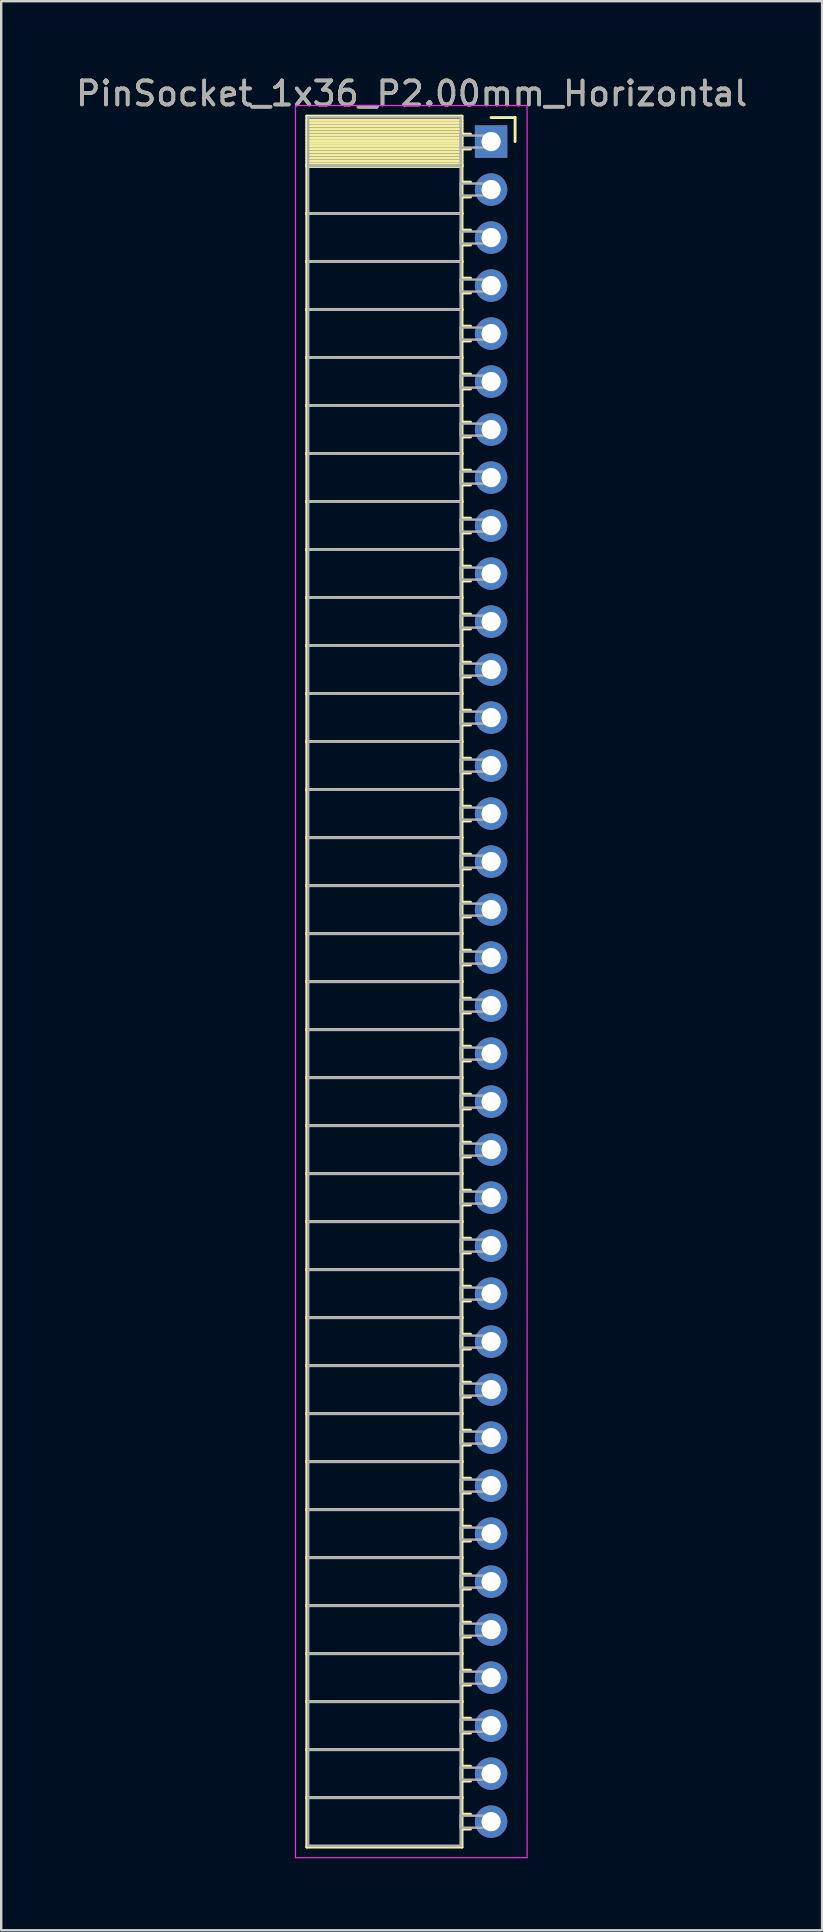
<source format=kicad_pcb>
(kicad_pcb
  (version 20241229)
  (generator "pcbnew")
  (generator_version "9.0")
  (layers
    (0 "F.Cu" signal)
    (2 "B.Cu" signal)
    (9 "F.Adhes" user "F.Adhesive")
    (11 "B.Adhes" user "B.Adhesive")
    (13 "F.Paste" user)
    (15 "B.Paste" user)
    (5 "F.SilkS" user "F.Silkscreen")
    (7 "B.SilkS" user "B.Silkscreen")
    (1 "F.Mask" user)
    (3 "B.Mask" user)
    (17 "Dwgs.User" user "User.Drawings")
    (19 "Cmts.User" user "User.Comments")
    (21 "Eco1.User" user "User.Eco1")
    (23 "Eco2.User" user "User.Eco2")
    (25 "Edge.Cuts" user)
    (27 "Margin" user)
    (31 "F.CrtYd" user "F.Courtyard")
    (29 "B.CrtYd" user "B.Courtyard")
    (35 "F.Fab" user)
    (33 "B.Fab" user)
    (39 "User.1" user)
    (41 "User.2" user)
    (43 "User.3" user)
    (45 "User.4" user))
  (footprint "PinSocket_1x36_P2.00mm_Horizontal"
    (layer "F.Cu")
    (at 17.411 2.848)
    (property "Reference" "PinSocket_1x36_P2.00mm_Horizontal" (at -3.31 -2 0) (layer "F.SilkS") (effects (font (size 1 1) (thickness 0.15))))
    (attr through_hole)
    (fp_line (start -7.68 -1.06) (end -1.21 -1.06) (stroke (width 0.12) (type solid)) (layer "F.SilkS"))
    (fp_line (start -7.68 1) (end -7.68 -1.06) (stroke (width 0.12) (type solid)) (layer "F.SilkS"))
    (fp_line (start -7.68 1) (end -1.21 1) (stroke (width 0.12) (type solid)) (layer "F.SilkS"))
    (fp_line (start -7.68 3) (end -7.68 1) (stroke (width 0.12) (type solid)) (layer "F.SilkS"))
    (fp_line (start -7.68 3) (end -1.21 3) (stroke (width 0.12) (type solid)) (layer "F.SilkS"))
    (fp_line (start -7.68 5) (end -7.68 3) (stroke (width 0.12) (type solid)) (layer "F.SilkS"))
    (fp_line (start -7.68 5) (end -1.21 5) (stroke (width 0.12) (type solid)) (layer "F.SilkS"))
    (fp_line (start -7.68 7) (end -7.68 5) (stroke (width 0.12) (type solid)) (layer "F.SilkS"))
    (fp_line (start -7.68 7) (end -1.21 7) (stroke (width 0.12) (type solid)) (layer "F.SilkS"))
    (fp_line (start -7.68 9) (end -7.68 7) (stroke (width 0.12) (type solid)) (layer "F.SilkS"))
    (fp_line (start -7.68 9) (end -1.21 9) (stroke (width 0.12) (type solid)) (layer "F.SilkS"))
    (fp_line (start -7.68 11) (end -7.68 9) (stroke (width 0.12) (type solid)) (layer "F.SilkS"))
    (fp_line (start -7.68 11) (end -1.21 11) (stroke (width 0.12) (type solid)) (layer "F.SilkS"))
    (fp_line (start -7.68 13) (end -7.68 11) (stroke (width 0.12) (type solid)) (layer "F.SilkS"))
    (fp_line (start -7.68 13) (end -1.21 13) (stroke (width 0.12) (type solid)) (layer "F.SilkS"))
    (fp_line (start -7.68 15) (end -7.68 13) (stroke (width 0.12) (type solid)) (layer "F.SilkS"))
    (fp_line (start -7.68 15) (end -1.21 15) (stroke (width 0.12) (type solid)) (layer "F.SilkS"))
    (fp_line (start -7.68 17) (end -7.68 15) (stroke (width 0.12) (type solid)) (layer "F.SilkS"))
    (fp_line (start -7.68 17) (end -1.21 17) (stroke (width 0.12) (type solid)) (layer "F.SilkS"))
    (fp_line (start -7.68 19) (end -7.68 17) (stroke (width 0.12) (type solid)) (layer "F.SilkS"))
    (fp_line (start -7.68 19) (end -1.21 19) (stroke (width 0.12) (type solid)) (layer "F.SilkS"))
    (fp_line (start -7.68 21) (end -7.68 19) (stroke (width 0.12) (type solid)) (layer "F.SilkS"))
    (fp_line (start -7.68 21) (end -1.21 21) (stroke (width 0.12) (type solid)) (layer "F.SilkS"))
    (fp_line (start -7.68 23) (end -7.68 21) (stroke (width 0.12) (type solid)) (layer "F.SilkS"))
    (fp_line (start -7.68 23) (end -1.21 23) (stroke (width 0.12) (type solid)) (layer "F.SilkS"))
    (fp_line (start -7.68 25) (end -7.68 23) (stroke (width 0.12) (type solid)) (layer "F.SilkS"))
    (fp_line (start -7.68 25) (end -1.21 25) (stroke (width 0.12) (type solid)) (layer "F.SilkS"))
    (fp_line (start -7.68 27) (end -7.68 25) (stroke (width 0.12) (type solid)) (layer "F.SilkS"))
    (fp_line (start -7.68 27) (end -1.21 27) (stroke (width 0.12) (type solid)) (layer "F.SilkS"))
    (fp_line (start -7.68 29) (end -7.68 27) (stroke (width 0.12) (type solid)) (layer "F.SilkS"))
    (fp_line (start -7.68 29) (end -1.21 29) (stroke (width 0.12) (type solid)) (layer "F.SilkS"))
    (fp_line (start -7.68 31) (end -7.68 29) (stroke (width 0.12) (type solid)) (layer "F.SilkS"))
    (fp_line (start -7.68 31) (end -1.21 31) (stroke (width 0.12) (type solid)) (layer "F.SilkS"))
    (fp_line (start -7.68 33) (end -7.68 31) (stroke (width 0.12) (type solid)) (layer "F.SilkS"))
    (fp_line (start -7.68 33) (end -1.21 33) (stroke (width 0.12) (type solid)) (layer "F.SilkS"))
    (fp_line (start -7.68 35) (end -7.68 33) (stroke (width 0.12) (type solid)) (layer "F.SilkS"))
    (fp_line (start -7.68 35) (end -1.21 35) (stroke (width 0.12) (type solid)) (layer "F.SilkS"))
    (fp_line (start -7.68 37) (end -7.68 35) (stroke (width 0.12) (type solid)) (layer "F.SilkS"))
    (fp_line (start -7.68 37) (end -1.21 37) (stroke (width 0.12) (type solid)) (layer "F.SilkS"))
    (fp_line (start -7.68 39) (end -7.68 37) (stroke (width 0.12) (type solid)) (layer "F.SilkS"))
    (fp_line (start -7.68 39) (end -1.21 39) (stroke (width 0.12) (type solid)) (layer "F.SilkS"))
    (fp_line (start -7.68 41) (end -7.68 39) (stroke (width 0.12) (type solid)) (layer "F.SilkS"))
    (fp_line (start -7.68 41) (end -1.21 41) (stroke (width 0.12) (type solid)) (layer "F.SilkS"))
    (fp_line (start -7.68 43) (end -7.68 41) (stroke (width 0.12) (type solid)) (layer "F.SilkS"))
    (fp_line (start -7.68 43) (end -1.21 43) (stroke (width 0.12) (type solid)) (layer "F.SilkS"))
    (fp_line (start -7.68 45) (end -7.68 43) (stroke (width 0.12) (type solid)) (layer "F.SilkS"))
    (fp_line (start -7.68 45) (end -1.21 45) (stroke (width 0.12) (type solid)) (layer "F.SilkS"))
    (fp_line (start -7.68 47) (end -7.68 45) (stroke (width 0.12) (type solid)) (layer "F.SilkS"))
    (fp_line (start -7.68 47) (end -1.21 47) (stroke (width 0.12) (type solid)) (layer "F.SilkS"))
    (fp_line (start -7.68 49) (end -7.68 47) (stroke (width 0.12) (type solid)) (layer "F.SilkS"))
    (fp_line (start -7.68 49) (end -1.21 49) (stroke (width 0.12) (type solid)) (layer "F.SilkS"))
    (fp_line (start -7.68 51) (end -7.68 49) (stroke (width 0.12) (type solid)) (layer "F.SilkS"))
    (fp_line (start -7.68 51) (end -1.21 51) (stroke (width 0.12) (type solid)) (layer "F.SilkS"))
    (fp_line (start -7.68 53) (end -7.68 51) (stroke (width 0.12) (type solid)) (layer "F.SilkS"))
    (fp_line (start -7.68 53) (end -1.21 53) (stroke (width 0.12) (type solid)) (layer "F.SilkS"))
    (fp_line (start -7.68 55) (end -7.68 53) (stroke (width 0.12) (type solid)) (layer "F.SilkS"))
    (fp_line (start -7.68 55) (end -1.21 55) (stroke (width 0.12) (type solid)) (layer "F.SilkS"))
    (fp_line (start -7.68 57) (end -7.68 55) (stroke (width 0.12) (type solid)) (layer "F.SilkS"))
    (fp_line (start -7.68 57) (end -1.21 57) (stroke (width 0.12) (type solid)) (layer "F.SilkS"))
    (fp_line (start -7.68 59) (end -7.68 57) (stroke (width 0.12) (type solid)) (layer "F.SilkS"))
    (fp_line (start -7.68 59) (end -1.21 59) (stroke (width 0.12) (type solid)) (layer "F.SilkS"))
    (fp_line (start -7.68 61) (end -7.68 59) (stroke (width 0.12) (type solid)) (layer "F.SilkS"))
    (fp_line (start -7.68 61) (end -1.21 61) (stroke (width 0.12) (type solid)) (layer "F.SilkS"))
    (fp_line (start -7.68 63) (end -7.68 61) (stroke (width 0.12) (type solid)) (layer "F.SilkS"))
    (fp_line (start -7.68 63) (end -1.21 63) (stroke (width 0.12) (type solid)) (layer "F.SilkS"))
    (fp_line (start -7.68 65) (end -7.68 63) (stroke (width 0.12) (type solid)) (layer "F.SilkS"))
    (fp_line (start -7.68 65) (end -1.21 65) (stroke (width 0.12) (type solid)) (layer "F.SilkS"))
    (fp_line (start -7.68 67) (end -7.68 65) (stroke (width 0.12) (type solid)) (layer "F.SilkS"))
    (fp_line (start -7.68 67) (end -1.21 67) (stroke (width 0.12) (type solid)) (layer "F.SilkS"))
    (fp_line (start -7.68 69) (end -7.68 67) (stroke (width 0.12) (type solid)) (layer "F.SilkS"))
    (fp_line (start -7.68 69) (end -1.21 69) (stroke (width 0.12) (type solid)) (layer "F.SilkS"))
    (fp_line (start -7.68 71.06) (end -7.68 69) (stroke (width 0.12) (type solid)) (layer "F.SilkS"))
    (fp_line (start -1.21 -1.06) (end -1.21 1) (stroke (width 0.12) (type solid)) (layer "F.SilkS"))
    (fp_line (start -1.21 -0.88) (end -7.68 -0.88) (stroke (width 0.12) (type solid)) (layer "F.SilkS"))
    (fp_line (start -1.21 -0.76) (end -7.68 -0.76) (stroke (width 0.12) (type solid)) (layer "F.SilkS"))
    (fp_line (start -1.21 -0.64) (end -7.68 -0.64) (stroke (width 0.12) (type solid)) (layer "F.SilkS"))
    (fp_line (start -1.21 -0.52) (end -7.68 -0.52) (stroke (width 0.12) (type solid)) (layer "F.SilkS"))
    (fp_line (start -1.21 -0.4) (end -7.68 -0.4) (stroke (width 0.12) (type solid)) (layer "F.SilkS"))
    (fp_line (start -1.21 -0.28) (end -7.68 -0.28) (stroke (width 0.12) (type solid)) (layer "F.SilkS"))
    (fp_line (start -1.21 -0.16) (end -7.68 -0.16) (stroke (width 0.12) (type solid)) (layer "F.SilkS"))
    (fp_line (start -1.21 -0.04) (end -7.68 -0.04) (stroke (width 0.12) (type solid)) (layer "F.SilkS"))
    (fp_line (start -1.21 0.08) (end -7.68 0.08) (stroke (width 0.12) (type solid)) (layer "F.SilkS"))
    (fp_line (start -1.21 0.2) (end -7.68 0.2) (stroke (width 0.12) (type solid)) (layer "F.SilkS"))
    (fp_line (start -1.21 0.32) (end -7.68 0.32) (stroke (width 0.12) (type solid)) (layer "F.SilkS"))
    (fp_line (start -1.21 0.44) (end -7.68 0.44) (stroke (width 0.12) (type solid)) (layer "F.SilkS"))
    (fp_line (start -1.21 0.56) (end -7.68 0.56) (stroke (width 0.12) (type solid)) (layer "F.SilkS"))
    (fp_line (start -1.21 0.68) (end -7.68 0.68) (stroke (width 0.12) (type solid)) (layer "F.SilkS"))
    (fp_line (start -1.21 0.8) (end -7.68 0.8) (stroke (width 0.12) (type solid)) (layer "F.SilkS"))
    (fp_line (start -1.21 0.92) (end -7.68 0.92) (stroke (width 0.12) (type solid)) (layer "F.SilkS"))
    (fp_line (start -1.21 1) (end -7.68 1) (stroke (width 0.12) (type solid)) (layer "F.SilkS"))
    (fp_line (start -1.21 1) (end -1.21 3) (stroke (width 0.12) (type solid)) (layer "F.SilkS"))
    (fp_line (start -1.21 1.04) (end -7.68 1.04) (stroke (width 0.12) (type solid)) (layer "F.SilkS"))
    (fp_line (start -1.21 3) (end -7.68 3) (stroke (width 0.12) (type solid)) (layer "F.SilkS"))
    (fp_line (start -1.21 3) (end -1.21 5) (stroke (width 0.12) (type solid)) (layer "F.SilkS"))
    (fp_line (start -1.21 5) (end -7.68 5) (stroke (width 0.12) (type solid)) (layer "F.SilkS"))
    (fp_line (start -1.21 5) (end -1.21 7) (stroke (width 0.12) (type solid)) (layer "F.SilkS"))
    (fp_line (start -1.21 7) (end -7.68 7) (stroke (width 0.12) (type solid)) (layer "F.SilkS"))
    (fp_line (start -1.21 7) (end -1.21 9) (stroke (width 0.12) (type solid)) (layer "F.SilkS"))
    (fp_line (start -1.21 9) (end -7.68 9) (stroke (width 0.12) (type solid)) (layer "F.SilkS"))
    (fp_line (start -1.21 9) (end -1.21 11) (stroke (width 0.12) (type solid)) (layer "F.SilkS"))
    (fp_line (start -1.21 11) (end -7.68 11) (stroke (width 0.12) (type solid)) (layer "F.SilkS"))
    (fp_line (start -1.21 11) (end -1.21 13) (stroke (width 0.12) (type solid)) (layer "F.SilkS"))
    (fp_line (start -1.21 13) (end -7.68 13) (stroke (width 0.12) (type solid)) (layer "F.SilkS"))
    (fp_line (start -1.21 13) (end -1.21 15) (stroke (width 0.12) (type solid)) (layer "F.SilkS"))
    (fp_line (start -1.21 15) (end -7.68 15) (stroke (width 0.12) (type solid)) (layer "F.SilkS"))
    (fp_line (start -1.21 15) (end -1.21 17) (stroke (width 0.12) (type solid)) (layer "F.SilkS"))
    (fp_line (start -1.21 17) (end -7.68 17) (stroke (width 0.12) (type solid)) (layer "F.SilkS"))
    (fp_line (start -1.21 17) (end -1.21 19) (stroke (width 0.12) (type solid)) (layer "F.SilkS"))
    (fp_line (start -1.21 19) (end -7.68 19) (stroke (width 0.12) (type solid)) (layer "F.SilkS"))
    (fp_line (start -1.21 19) (end -1.21 21) (stroke (width 0.12) (type solid)) (layer "F.SilkS"))
    (fp_line (start -1.21 21) (end -7.68 21) (stroke (width 0.12) (type solid)) (layer "F.SilkS"))
    (fp_line (start -1.21 21) (end -1.21 23) (stroke (width 0.12) (type solid)) (layer "F.SilkS"))
    (fp_line (start -1.21 23) (end -7.68 23) (stroke (width 0.12) (type solid)) (layer "F.SilkS"))
    (fp_line (start -1.21 23) (end -1.21 25) (stroke (width 0.12) (type solid)) (layer "F.SilkS"))
    (fp_line (start -1.21 25) (end -7.68 25) (stroke (width 0.12) (type solid)) (layer "F.SilkS"))
    (fp_line (start -1.21 25) (end -1.21 27) (stroke (width 0.12) (type solid)) (layer "F.SilkS"))
    (fp_line (start -1.21 27) (end -7.68 27) (stroke (width 0.12) (type solid)) (layer "F.SilkS"))
    (fp_line (start -1.21 27) (end -1.21 29) (stroke (width 0.12) (type solid)) (layer "F.SilkS"))
    (fp_line (start -1.21 29) (end -7.68 29) (stroke (width 0.12) (type solid)) (layer "F.SilkS"))
    (fp_line (start -1.21 29) (end -1.21 31) (stroke (width 0.12) (type solid)) (layer "F.SilkS"))
    (fp_line (start -1.21 31) (end -7.68 31) (stroke (width 0.12) (type solid)) (layer "F.SilkS"))
    (fp_line (start -1.21 31) (end -1.21 33) (stroke (width 0.12) (type solid)) (layer "F.SilkS"))
    (fp_line (start -1.21 33) (end -7.68 33) (stroke (width 0.12) (type solid)) (layer "F.SilkS"))
    (fp_line (start -1.21 33) (end -1.21 35) (stroke (width 0.12) (type solid)) (layer "F.SilkS"))
    (fp_line (start -1.21 35) (end -7.68 35) (stroke (width 0.12) (type solid)) (layer "F.SilkS"))
    (fp_line (start -1.21 35) (end -1.21 37) (stroke (width 0.12) (type solid)) (layer "F.SilkS"))
    (fp_line (start -1.21 37) (end -7.68 37) (stroke (width 0.12) (type solid)) (layer "F.SilkS"))
    (fp_line (start -1.21 37) (end -1.21 39) (stroke (width 0.12) (type solid)) (layer "F.SilkS"))
    (fp_line (start -1.21 39) (end -7.68 39) (stroke (width 0.12) (type solid)) (layer "F.SilkS"))
    (fp_line (start -1.21 39) (end -1.21 41) (stroke (width 0.12) (type solid)) (layer "F.SilkS"))
    (fp_line (start -1.21 41) (end -7.68 41) (stroke (width 0.12) (type solid)) (layer "F.SilkS"))
    (fp_line (start -1.21 41) (end -1.21 43) (stroke (width 0.12) (type solid)) (layer "F.SilkS"))
    (fp_line (start -1.21 43) (end -7.68 43) (stroke (width 0.12) (type solid)) (layer "F.SilkS"))
    (fp_line (start -1.21 43) (end -1.21 45) (stroke (width 0.12) (type solid)) (layer "F.SilkS"))
    (fp_line (start -1.21 45) (end -7.68 45) (stroke (width 0.12) (type solid)) (layer "F.SilkS"))
    (fp_line (start -1.21 45) (end -1.21 47) (stroke (width 0.12) (type solid)) (layer "F.SilkS"))
    (fp_line (start -1.21 47) (end -7.68 47) (stroke (width 0.12) (type solid)) (layer "F.SilkS"))
    (fp_line (start -1.21 47) (end -1.21 49) (stroke (width 0.12) (type solid)) (layer "F.SilkS"))
    (fp_line (start -1.21 49) (end -7.68 49) (stroke (width 0.12) (type solid)) (layer "F.SilkS"))
    (fp_line (start -1.21 49) (end -1.21 51) (stroke (width 0.12) (type solid)) (layer "F.SilkS"))
    (fp_line (start -1.21 51) (end -7.68 51) (stroke (width 0.12) (type solid)) (layer "F.SilkS"))
    (fp_line (start -1.21 51) (end -1.21 53) (stroke (width 0.12) (type solid)) (layer "F.SilkS"))
    (fp_line (start -1.21 53) (end -7.68 53) (stroke (width 0.12) (type solid)) (layer "F.SilkS"))
    (fp_line (start -1.21 53) (end -1.21 55) (stroke (width 0.12) (type solid)) (layer "F.SilkS"))
    (fp_line (start -1.21 55) (end -7.68 55) (stroke (width 0.12) (type solid)) (layer "F.SilkS"))
    (fp_line (start -1.21 55) (end -1.21 57) (stroke (width 0.12) (type solid)) (layer "F.SilkS"))
    (fp_line (start -1.21 57) (end -7.68 57) (stroke (width 0.12) (type solid)) (layer "F.SilkS"))
    (fp_line (start -1.21 57) (end -1.21 59) (stroke (width 0.12) (type solid)) (layer "F.SilkS"))
    (fp_line (start -1.21 59) (end -7.68 59) (stroke (width 0.12) (type solid)) (layer "F.SilkS"))
    (fp_line (start -1.21 59) (end -1.21 61) (stroke (width 0.12) (type solid)) (layer "F.SilkS"))
    (fp_line (start -1.21 61) (end -7.68 61) (stroke (width 0.12) (type solid)) (layer "F.SilkS"))
    (fp_line (start -1.21 61) (end -1.21 63) (stroke (width 0.12) (type solid)) (layer "F.SilkS"))
    (fp_line (start -1.21 63) (end -7.68 63) (stroke (width 0.12) (type solid)) (layer "F.SilkS"))
    (fp_line (start -1.21 63) (end -1.21 65) (stroke (width 0.12) (type solid)) (layer "F.SilkS"))
    (fp_line (start -1.21 65) (end -7.68 65) (stroke (width 0.12) (type solid)) (layer "F.SilkS"))
    (fp_line (start -1.21 65) (end -1.21 67) (stroke (width 0.12) (type solid)) (layer "F.SilkS"))
    (fp_line (start -1.21 67) (end -7.68 67) (stroke (width 0.12) (type solid)) (layer "F.SilkS"))
    (fp_line (start -1.21 67) (end -1.21 69) (stroke (width 0.12) (type solid)) (layer "F.SilkS"))
    (fp_line (start -1.21 69) (end -7.68 69) (stroke (width 0.12) (type solid)) (layer "F.SilkS"))
    (fp_line (start -1.21 69) (end -1.21 71.06) (stroke (width 0.12) (type solid)) (layer "F.SilkS"))
    (fp_line (start -1.21 71.06) (end -7.68 71.06) (stroke (width 0.12) (type solid)) (layer "F.SilkS"))
    (fp_line (start -0.855 -0.31) (end -1.21 -0.31) (stroke (width 0.12) (type solid)) (layer "F.SilkS"))
    (fp_line (start -0.855 0.31) (end -1.21 0.31) (stroke (width 0.12) (type solid)) (layer "F.SilkS"))
    (fp_line (start -0.855 1.69) (end -1.21 1.69) (stroke (width 0.12) (type solid)) (layer "F.SilkS"))
    (fp_line (start -0.855 2.31) (end -1.21 2.31) (stroke (width 0.12) (type solid)) (layer "F.SilkS"))
    (fp_line (start -0.855 3.69) (end -1.21 3.69) (stroke (width 0.12) (type solid)) (layer "F.SilkS"))
    (fp_line (start -0.855 4.31) (end -1.21 4.31) (stroke (width 0.12) (type solid)) (layer "F.SilkS"))
    (fp_line (start -0.855 5.69) (end -1.21 5.69) (stroke (width 0.12) (type solid)) (layer "F.SilkS"))
    (fp_line (start -0.855 6.31) (end -1.21 6.31) (stroke (width 0.12) (type solid)) (layer "F.SilkS"))
    (fp_line (start -0.855 7.69) (end -1.21 7.69) (stroke (width 0.12) (type solid)) (layer "F.SilkS"))
    (fp_line (start -0.855 8.31) (end -1.21 8.31) (stroke (width 0.12) (type solid)) (layer "F.SilkS"))
    (fp_line (start -0.855 9.69) (end -1.21 9.69) (stroke (width 0.12) (type solid)) (layer "F.SilkS"))
    (fp_line (start -0.855 10.31) (end -1.21 10.31) (stroke (width 0.12) (type solid)) (layer "F.SilkS"))
    (fp_line (start -0.855 11.69) (end -1.21 11.69) (stroke (width 0.12) (type solid)) (layer "F.SilkS"))
    (fp_line (start -0.855 12.31) (end -1.21 12.31) (stroke (width 0.12) (type solid)) (layer "F.SilkS"))
    (fp_line (start -0.855 13.69) (end -1.21 13.69) (stroke (width 0.12) (type solid)) (layer "F.SilkS"))
    (fp_line (start -0.855 14.31) (end -1.21 14.31) (stroke (width 0.12) (type solid)) (layer "F.SilkS"))
    (fp_line (start -0.855 15.69) (end -1.21 15.69) (stroke (width 0.12) (type solid)) (layer "F.SilkS"))
    (fp_line (start -0.855 16.31) (end -1.21 16.31) (stroke (width 0.12) (type solid)) (layer "F.SilkS"))
    (fp_line (start -0.855 17.69) (end -1.21 17.69) (stroke (width 0.12) (type solid)) (layer "F.SilkS"))
    (fp_line (start -0.855 18.31) (end -1.21 18.31) (stroke (width 0.12) (type solid)) (layer "F.SilkS"))
    (fp_line (start -0.855 19.69) (end -1.21 19.69) (stroke (width 0.12) (type solid)) (layer "F.SilkS"))
    (fp_line (start -0.855 20.31) (end -1.21 20.31) (stroke (width 0.12) (type solid)) (layer "F.SilkS"))
    (fp_line (start -0.855 21.69) (end -1.21 21.69) (stroke (width 0.12) (type solid)) (layer "F.SilkS"))
    (fp_line (start -0.855 22.31) (end -1.21 22.31) (stroke (width 0.12) (type solid)) (layer "F.SilkS"))
    (fp_line (start -0.855 23.69) (end -1.21 23.69) (stroke (width 0.12) (type solid)) (layer "F.SilkS"))
    (fp_line (start -0.855 24.31) (end -1.21 24.31) (stroke (width 0.12) (type solid)) (layer "F.SilkS"))
    (fp_line (start -0.855 25.69) (end -1.21 25.69) (stroke (width 0.12) (type solid)) (layer "F.SilkS"))
    (fp_line (start -0.855 26.31) (end -1.21 26.31) (stroke (width 0.12) (type solid)) (layer "F.SilkS"))
    (fp_line (start -0.855 27.69) (end -1.21 27.69) (stroke (width 0.12) (type solid)) (layer "F.SilkS"))
    (fp_line (start -0.855 28.31) (end -1.21 28.31) (stroke (width 0.12) (type solid)) (layer "F.SilkS"))
    (fp_line (start -0.855 29.69) (end -1.21 29.69) (stroke (width 0.12) (type solid)) (layer "F.SilkS"))
    (fp_line (start -0.855 30.31) (end -1.21 30.31) (stroke (width 0.12) (type solid)) (layer "F.SilkS"))
    (fp_line (start -0.855 31.69) (end -1.21 31.69) (stroke (width 0.12) (type solid)) (layer "F.SilkS"))
    (fp_line (start -0.855 32.31) (end -1.21 32.31) (stroke (width 0.12) (type solid)) (layer "F.SilkS"))
    (fp_line (start -0.855 33.69) (end -1.21 33.69) (stroke (width 0.12) (type solid)) (layer "F.SilkS"))
    (fp_line (start -0.855 34.31) (end -1.21 34.31) (stroke (width 0.12) (type solid)) (layer "F.SilkS"))
    (fp_line (start -0.855 35.69) (end -1.21 35.69) (stroke (width 0.12) (type solid)) (layer "F.SilkS"))
    (fp_line (start -0.855 36.31) (end -1.21 36.31) (stroke (width 0.12) (type solid)) (layer "F.SilkS"))
    (fp_line (start -0.855 37.69) (end -1.21 37.69) (stroke (width 0.12) (type solid)) (layer "F.SilkS"))
    (fp_line (start -0.855 38.31) (end -1.21 38.31) (stroke (width 0.12) (type solid)) (layer "F.SilkS"))
    (fp_line (start -0.855 39.69) (end -1.21 39.69) (stroke (width 0.12) (type solid)) (layer "F.SilkS"))
    (fp_line (start -0.855 40.31) (end -1.21 40.31) (stroke (width 0.12) (type solid)) (layer "F.SilkS"))
    (fp_line (start -0.855 41.69) (end -1.21 41.69) (stroke (width 0.12) (type solid)) (layer "F.SilkS"))
    (fp_line (start -0.855 42.31) (end -1.21 42.31) (stroke (width 0.12) (type solid)) (layer "F.SilkS"))
    (fp_line (start -0.855 43.69) (end -1.21 43.69) (stroke (width 0.12) (type solid)) (layer "F.SilkS"))
    (fp_line (start -0.855 44.31) (end -1.21 44.31) (stroke (width 0.12) (type solid)) (layer "F.SilkS"))
    (fp_line (start -0.855 45.69) (end -1.21 45.69) (stroke (width 0.12) (type solid)) (layer "F.SilkS"))
    (fp_line (start -0.855 46.31) (end -1.21 46.31) (stroke (width 0.12) (type solid)) (layer "F.SilkS"))
    (fp_line (start -0.855 47.69) (end -1.21 47.69) (stroke (width 0.12) (type solid)) (layer "F.SilkS"))
    (fp_line (start -0.855 48.31) (end -1.21 48.31) (stroke (width 0.12) (type solid)) (layer "F.SilkS"))
    (fp_line (start -0.855 49.69) (end -1.21 49.69) (stroke (width 0.12) (type solid)) (layer "F.SilkS"))
    (fp_line (start -0.855 50.31) (end -1.21 50.31) (stroke (width 0.12) (type solid)) (layer "F.SilkS"))
    (fp_line (start -0.855 51.69) (end -1.21 51.69) (stroke (width 0.12) (type solid)) (layer "F.SilkS"))
    (fp_line (start -0.855 52.31) (end -1.21 52.31) (stroke (width 0.12) (type solid)) (layer "F.SilkS"))
    (fp_line (start -0.855 53.69) (end -1.21 53.69) (stroke (width 0.12) (type solid)) (layer "F.SilkS"))
    (fp_line (start -0.855 54.31) (end -1.21 54.31) (stroke (width 0.12) (type solid)) (layer "F.SilkS"))
    (fp_line (start -0.855 55.69) (end -1.21 55.69) (stroke (width 0.12) (type solid)) (layer "F.SilkS"))
    (fp_line (start -0.855 56.31) (end -1.21 56.31) (stroke (width 0.12) (type solid)) (layer "F.SilkS"))
    (fp_line (start -0.855 57.69) (end -1.21 57.69) (stroke (width 0.12) (type solid)) (layer "F.SilkS"))
    (fp_line (start -0.855 58.31) (end -1.21 58.31) (stroke (width 0.12) (type solid)) (layer "F.SilkS"))
    (fp_line (start -0.855 59.69) (end -1.21 59.69) (stroke (width 0.12) (type solid)) (layer "F.SilkS"))
    (fp_line (start -0.855 60.31) (end -1.21 60.31) (stroke (width 0.12) (type solid)) (layer "F.SilkS"))
    (fp_line (start -0.855 61.69) (end -1.21 61.69) (stroke (width 0.12) (type solid)) (layer "F.SilkS"))
    (fp_line (start -0.855 62.31) (end -1.21 62.31) (stroke (width 0.12) (type solid)) (layer "F.SilkS"))
    (fp_line (start -0.855 63.69) (end -1.21 63.69) (stroke (width 0.12) (type solid)) (layer "F.SilkS"))
    (fp_line (start -0.855 64.31) (end -1.21 64.31) (stroke (width 0.12) (type solid)) (layer "F.SilkS"))
    (fp_line (start -0.855 65.69) (end -1.21 65.69) (stroke (width 0.12) (type solid)) (layer "F.SilkS"))
    (fp_line (start -0.855 66.31) (end -1.21 66.31) (stroke (width 0.12) (type solid)) (layer "F.SilkS"))
    (fp_line (start -0.855 67.69) (end -1.21 67.69) (stroke (width 0.12) (type solid)) (layer "F.SilkS"))
    (fp_line (start -0.855 68.31) (end -1.21 68.31) (stroke (width 0.12) (type solid)) (layer "F.SilkS"))
    (fp_line (start -0.855 69.69) (end -1.21 69.69) (stroke (width 0.12) (type solid)) (layer "F.SilkS"))
    (fp_line (start -0.855 70.31) (end -1.21 70.31) (stroke (width 0.12) (type solid)) (layer "F.SilkS"))
    (fp_line (start 0 -1) (end 1 -1) (stroke (width 0.12) (type solid)) (layer "F.SilkS"))
    (fp_line (start 1 -1) (end 1 0) (stroke (width 0.12) (type solid)) (layer "F.SilkS"))
    (fp_line (start -8.15 -1.5) (end 1.5 -1.5) (stroke (width 0.05) (type solid)) (layer "F.CrtYd"))
    (fp_line (start -8.15 71.5) (end -8.15 -1.5) (stroke (width 0.05) (type solid)) (layer "F.CrtYd"))
    (fp_line (start 1.5 -1.5) (end 1.5 71.5) (stroke (width 0.05) (type solid)) (layer "F.CrtYd"))
    (fp_line (start 1.5 71.5) (end -8.15 71.5) (stroke (width 0.05) (type solid)) (layer "F.CrtYd"))
    (fp_line (start -7.62 -1) (end -1.27 -1) (stroke (width 0.1) (type solid)) (layer "F.Fab"))
    (fp_line (start -7.62 1) (end -7.62 -1) (stroke (width 0.1) (type solid)) (layer "F.Fab"))
    (fp_line (start -7.62 1) (end -1.27 1) (stroke (width 0.1) (type solid)) (layer "F.Fab"))
    (fp_line (start -7.62 3) (end -7.62 1) (stroke (width 0.1) (type solid)) (layer "F.Fab"))
    (fp_line (start -7.62 3) (end -1.27 3) (stroke (width 0.1) (type solid)) (layer "F.Fab"))
    (fp_line (start -7.62 5) (end -7.62 3) (stroke (width 0.1) (type solid)) (layer "F.Fab"))
    (fp_line (start -7.62 5) (end -1.27 5) (stroke (width 0.1) (type solid)) (layer "F.Fab"))
    (fp_line (start -7.62 7) (end -7.62 5) (stroke (width 0.1) (type solid)) (layer "F.Fab"))
    (fp_line (start -7.62 7) (end -1.27 7) (stroke (width 0.1) (type solid)) (layer "F.Fab"))
    (fp_line (start -7.62 9) (end -7.62 7) (stroke (width 0.1) (type solid)) (layer "F.Fab"))
    (fp_line (start -7.62 9) (end -1.27 9) (stroke (width 0.1) (type solid)) (layer "F.Fab"))
    (fp_line (start -7.62 11) (end -7.62 9) (stroke (width 0.1) (type solid)) (layer "F.Fab"))
    (fp_line (start -7.62 11) (end -1.27 11) (stroke (width 0.1) (type solid)) (layer "F.Fab"))
    (fp_line (start -7.62 13) (end -7.62 11) (stroke (width 0.1) (type solid)) (layer "F.Fab"))
    (fp_line (start -7.62 13) (end -1.27 13) (stroke (width 0.1) (type solid)) (layer "F.Fab"))
    (fp_line (start -7.62 15) (end -7.62 13) (stroke (width 0.1) (type solid)) (layer "F.Fab"))
    (fp_line (start -7.62 15) (end -1.27 15) (stroke (width 0.1) (type solid)) (layer "F.Fab"))
    (fp_line (start -7.62 17) (end -7.62 15) (stroke (width 0.1) (type solid)) (layer "F.Fab"))
    (fp_line (start -7.62 17) (end -1.27 17) (stroke (width 0.1) (type solid)) (layer "F.Fab"))
    (fp_line (start -7.62 19) (end -7.62 17) (stroke (width 0.1) (type solid)) (layer "F.Fab"))
    (fp_line (start -7.62 19) (end -1.27 19) (stroke (width 0.1) (type solid)) (layer "F.Fab"))
    (fp_line (start -7.62 21) (end -7.62 19) (stroke (width 0.1) (type solid)) (layer "F.Fab"))
    (fp_line (start -7.62 21) (end -1.27 21) (stroke (width 0.1) (type solid)) (layer "F.Fab"))
    (fp_line (start -7.62 23) (end -7.62 21) (stroke (width 0.1) (type solid)) (layer "F.Fab"))
    (fp_line (start -7.62 23) (end -1.27 23) (stroke (width 0.1) (type solid)) (layer "F.Fab"))
    (fp_line (start -7.62 25) (end -7.62 23) (stroke (width 0.1) (type solid)) (layer "F.Fab"))
    (fp_line (start -7.62 25) (end -1.27 25) (stroke (width 0.1) (type solid)) (layer "F.Fab"))
    (fp_line (start -7.62 27) (end -7.62 25) (stroke (width 0.1) (type solid)) (layer "F.Fab"))
    (fp_line (start -7.62 27) (end -1.27 27) (stroke (width 0.1) (type solid)) (layer "F.Fab"))
    (fp_line (start -7.62 29) (end -7.62 27) (stroke (width 0.1) (type solid)) (layer "F.Fab"))
    (fp_line (start -7.62 29) (end -1.27 29) (stroke (width 0.1) (type solid)) (layer "F.Fab"))
    (fp_line (start -7.62 31) (end -7.62 29) (stroke (width 0.1) (type solid)) (layer "F.Fab"))
    (fp_line (start -7.62 31) (end -1.27 31) (stroke (width 0.1) (type solid)) (layer "F.Fab"))
    (fp_line (start -7.62 33) (end -7.62 31) (stroke (width 0.1) (type solid)) (layer "F.Fab"))
    (fp_line (start -7.62 33) (end -1.27 33) (stroke (width 0.1) (type solid)) (layer "F.Fab"))
    (fp_line (start -7.62 35) (end -7.62 33) (stroke (width 0.1) (type solid)) (layer "F.Fab"))
    (fp_line (start -7.62 35) (end -1.27 35) (stroke (width 0.1) (type solid)) (layer "F.Fab"))
    (fp_line (start -7.62 37) (end -7.62 35) (stroke (width 0.1) (type solid)) (layer "F.Fab"))
    (fp_line (start -7.62 37) (end -1.27 37) (stroke (width 0.1) (type solid)) (layer "F.Fab"))
    (fp_line (start -7.62 39) (end -7.62 37) (stroke (width 0.1) (type solid)) (layer "F.Fab"))
    (fp_line (start -7.62 39) (end -1.27 39) (stroke (width 0.1) (type solid)) (layer "F.Fab"))
    (fp_line (start -7.62 41) (end -7.62 39) (stroke (width 0.1) (type solid)) (layer "F.Fab"))
    (fp_line (start -7.62 41) (end -1.27 41) (stroke (width 0.1) (type solid)) (layer "F.Fab"))
    (fp_line (start -7.62 43) (end -7.62 41) (stroke (width 0.1) (type solid)) (layer "F.Fab"))
    (fp_line (start -7.62 43) (end -1.27 43) (stroke (width 0.1) (type solid)) (layer "F.Fab"))
    (fp_line (start -7.62 45) (end -7.62 43) (stroke (width 0.1) (type solid)) (layer "F.Fab"))
    (fp_line (start -7.62 45) (end -1.27 45) (stroke (width 0.1) (type solid)) (layer "F.Fab"))
    (fp_line (start -7.62 47) (end -7.62 45) (stroke (width 0.1) (type solid)) (layer "F.Fab"))
    (fp_line (start -7.62 47) (end -1.27 47) (stroke (width 0.1) (type solid)) (layer "F.Fab"))
    (fp_line (start -7.62 49) (end -7.62 47) (stroke (width 0.1) (type solid)) (layer "F.Fab"))
    (fp_line (start -7.62 49) (end -1.27 49) (stroke (width 0.1) (type solid)) (layer "F.Fab"))
    (fp_line (start -7.62 51) (end -7.62 49) (stroke (width 0.1) (type solid)) (layer "F.Fab"))
    (fp_line (start -7.62 51) (end -1.27 51) (stroke (width 0.1) (type solid)) (layer "F.Fab"))
    (fp_line (start -7.62 53) (end -7.62 51) (stroke (width 0.1) (type solid)) (layer "F.Fab"))
    (fp_line (start -7.62 53) (end -1.27 53) (stroke (width 0.1) (type solid)) (layer "F.Fab"))
    (fp_line (start -7.62 55) (end -7.62 53) (stroke (width 0.1) (type solid)) (layer "F.Fab"))
    (fp_line (start -7.62 55) (end -1.27 55) (stroke (width 0.1) (type solid)) (layer "F.Fab"))
    (fp_line (start -7.62 57) (end -7.62 55) (stroke (width 0.1) (type solid)) (layer "F.Fab"))
    (fp_line (start -7.62 57) (end -1.27 57) (stroke (width 0.1) (type solid)) (layer "F.Fab"))
    (fp_line (start -7.62 59) (end -7.62 57) (stroke (width 0.1) (type solid)) (layer "F.Fab"))
    (fp_line (start -7.62 59) (end -1.27 59) (stroke (width 0.1) (type solid)) (layer "F.Fab"))
    (fp_line (start -7.62 61) (end -7.62 59) (stroke (width 0.1) (type solid)) (layer "F.Fab"))
    (fp_line (start -7.62 61) (end -1.27 61) (stroke (width 0.1) (type solid)) (layer "F.Fab"))
    (fp_line (start -7.62 63) (end -7.62 61) (stroke (width 0.1) (type solid)) (layer "F.Fab"))
    (fp_line (start -7.62 63) (end -1.27 63) (stroke (width 0.1) (type solid)) (layer "F.Fab"))
    (fp_line (start -7.62 65) (end -7.62 63) (stroke (width 0.1) (type solid)) (layer "F.Fab"))
    (fp_line (start -7.62 65) (end -1.27 65) (stroke (width 0.1) (type solid)) (layer "F.Fab"))
    (fp_line (start -7.62 67) (end -7.62 65) (stroke (width 0.1) (type solid)) (layer "F.Fab"))
    (fp_line (start -7.62 67) (end -1.27 67) (stroke (width 0.1) (type solid)) (layer "F.Fab"))
    (fp_line (start -7.62 69) (end -7.62 67) (stroke (width 0.1) (type solid)) (layer "F.Fab"))
    (fp_line (start -7.62 69) (end -1.27 69) (stroke (width 0.1) (type solid)) (layer "F.Fab"))
    (fp_line (start -7.62 71) (end -7.62 69) (stroke (width 0.1) (type solid)) (layer "F.Fab"))
    (fp_line (start -1.27 -1) (end -1.27 1) (stroke (width 0.1) (type solid)) (layer "F.Fab"))
    (fp_line (start -1.27 -0.25) (end 0 -0.25) (stroke (width 0.1) (type solid)) (layer "F.Fab"))
    (fp_line (start -1.27 0.25) (end -1.27 -0.25) (stroke (width 0.1) (type solid)) (layer "F.Fab"))
    (fp_line (start -1.27 1) (end -7.62 1) (stroke (width 0.1) (type solid)) (layer "F.Fab"))
    (fp_line (start -1.27 1) (end -1.27 3) (stroke (width 0.1) (type solid)) (layer "F.Fab"))
    (fp_line (start -1.27 1.75) (end 0 1.75) (stroke (width 0.1) (type solid)) (layer "F.Fab"))
    (fp_line (start -1.27 2.25) (end -1.27 1.75) (stroke (width 0.1) (type solid)) (layer "F.Fab"))
    (fp_line (start -1.27 3) (end -7.62 3) (stroke (width 0.1) (type solid)) (layer "F.Fab"))
    (fp_line (start -1.27 3) (end -1.27 5) (stroke (width 0.1) (type solid)) (layer "F.Fab"))
    (fp_line (start -1.27 3.75) (end 0 3.75) (stroke (width 0.1) (type solid)) (layer "F.Fab"))
    (fp_line (start -1.27 4.25) (end -1.27 3.75) (stroke (width 0.1) (type solid)) (layer "F.Fab"))
    (fp_line (start -1.27 5) (end -7.62 5) (stroke (width 0.1) (type solid)) (layer "F.Fab"))
    (fp_line (start -1.27 5) (end -1.27 7) (stroke (width 0.1) (type solid)) (layer "F.Fab"))
    (fp_line (start -1.27 5.75) (end 0 5.75) (stroke (width 0.1) (type solid)) (layer "F.Fab"))
    (fp_line (start -1.27 6.25) (end -1.27 5.75) (stroke (width 0.1) (type solid)) (layer "F.Fab"))
    (fp_line (start -1.27 7) (end -7.62 7) (stroke (width 0.1) (type solid)) (layer "F.Fab"))
    (fp_line (start -1.27 7) (end -1.27 9) (stroke (width 0.1) (type solid)) (layer "F.Fab"))
    (fp_line (start -1.27 7.75) (end 0 7.75) (stroke (width 0.1) (type solid)) (layer "F.Fab"))
    (fp_line (start -1.27 8.25) (end -1.27 7.75) (stroke (width 0.1) (type solid)) (layer "F.Fab"))
    (fp_line (start -1.27 9) (end -7.62 9) (stroke (width 0.1) (type solid)) (layer "F.Fab"))
    (fp_line (start -1.27 9) (end -1.27 11) (stroke (width 0.1) (type solid)) (layer "F.Fab"))
    (fp_line (start -1.27 9.75) (end 0 9.75) (stroke (width 0.1) (type solid)) (layer "F.Fab"))
    (fp_line (start -1.27 10.25) (end -1.27 9.75) (stroke (width 0.1) (type solid)) (layer "F.Fab"))
    (fp_line (start -1.27 11) (end -7.62 11) (stroke (width 0.1) (type solid)) (layer "F.Fab"))
    (fp_line (start -1.27 11) (end -1.27 13) (stroke (width 0.1) (type solid)) (layer "F.Fab"))
    (fp_line (start -1.27 11.75) (end 0 11.75) (stroke (width 0.1) (type solid)) (layer "F.Fab"))
    (fp_line (start -1.27 12.25) (end -1.27 11.75) (stroke (width 0.1) (type solid)) (layer "F.Fab"))
    (fp_line (start -1.27 13) (end -7.62 13) (stroke (width 0.1) (type solid)) (layer "F.Fab"))
    (fp_line (start -1.27 13) (end -1.27 15) (stroke (width 0.1) (type solid)) (layer "F.Fab"))
    (fp_line (start -1.27 13.75) (end 0 13.75) (stroke (width 0.1) (type solid)) (layer "F.Fab"))
    (fp_line (start -1.27 14.25) (end -1.27 13.75) (stroke (width 0.1) (type solid)) (layer "F.Fab"))
    (fp_line (start -1.27 15) (end -7.62 15) (stroke (width 0.1) (type solid)) (layer "F.Fab"))
    (fp_line (start -1.27 15) (end -1.27 17) (stroke (width 0.1) (type solid)) (layer "F.Fab"))
    (fp_line (start -1.27 15.75) (end 0 15.75) (stroke (width 0.1) (type solid)) (layer "F.Fab"))
    (fp_line (start -1.27 16.25) (end -1.27 15.75) (stroke (width 0.1) (type solid)) (layer "F.Fab"))
    (fp_line (start -1.27 17) (end -7.62 17) (stroke (width 0.1) (type solid)) (layer "F.Fab"))
    (fp_line (start -1.27 17) (end -1.27 19) (stroke (width 0.1) (type solid)) (layer "F.Fab"))
    (fp_line (start -1.27 17.75) (end 0 17.75) (stroke (width 0.1) (type solid)) (layer "F.Fab"))
    (fp_line (start -1.27 18.25) (end -1.27 17.75) (stroke (width 0.1) (type solid)) (layer "F.Fab"))
    (fp_line (start -1.27 19) (end -7.62 19) (stroke (width 0.1) (type solid)) (layer "F.Fab"))
    (fp_line (start -1.27 19) (end -1.27 21) (stroke (width 0.1) (type solid)) (layer "F.Fab"))
    (fp_line (start -1.27 19.75) (end 0 19.75) (stroke (width 0.1) (type solid)) (layer "F.Fab"))
    (fp_line (start -1.27 20.25) (end -1.27 19.75) (stroke (width 0.1) (type solid)) (layer "F.Fab"))
    (fp_line (start -1.27 21) (end -7.62 21) (stroke (width 0.1) (type solid)) (layer "F.Fab"))
    (fp_line (start -1.27 21) (end -1.27 23) (stroke (width 0.1) (type solid)) (layer "F.Fab"))
    (fp_line (start -1.27 21.75) (end 0 21.75) (stroke (width 0.1) (type solid)) (layer "F.Fab"))
    (fp_line (start -1.27 22.25) (end -1.27 21.75) (stroke (width 0.1) (type solid)) (layer "F.Fab"))
    (fp_line (start -1.27 23) (end -7.62 23) (stroke (width 0.1) (type solid)) (layer "F.Fab"))
    (fp_line (start -1.27 23) (end -1.27 25) (stroke (width 0.1) (type solid)) (layer "F.Fab"))
    (fp_line (start -1.27 23.75) (end 0 23.75) (stroke (width 0.1) (type solid)) (layer "F.Fab"))
    (fp_line (start -1.27 24.25) (end -1.27 23.75) (stroke (width 0.1) (type solid)) (layer "F.Fab"))
    (fp_line (start -1.27 25) (end -7.62 25) (stroke (width 0.1) (type solid)) (layer "F.Fab"))
    (fp_line (start -1.27 25) (end -1.27 27) (stroke (width 0.1) (type solid)) (layer "F.Fab"))
    (fp_line (start -1.27 25.75) (end 0 25.75) (stroke (width 0.1) (type solid)) (layer "F.Fab"))
    (fp_line (start -1.27 26.25) (end -1.27 25.75) (stroke (width 0.1) (type solid)) (layer "F.Fab"))
    (fp_line (start -1.27 27) (end -7.62 27) (stroke (width 0.1) (type solid)) (layer "F.Fab"))
    (fp_line (start -1.27 27) (end -1.27 29) (stroke (width 0.1) (type solid)) (layer "F.Fab"))
    (fp_line (start -1.27 27.75) (end 0 27.75) (stroke (width 0.1) (type solid)) (layer "F.Fab"))
    (fp_line (start -1.27 28.25) (end -1.27 27.75) (stroke (width 0.1) (type solid)) (layer "F.Fab"))
    (fp_line (start -1.27 29) (end -7.62 29) (stroke (width 0.1) (type solid)) (layer "F.Fab"))
    (fp_line (start -1.27 29) (end -1.27 31) (stroke (width 0.1) (type solid)) (layer "F.Fab"))
    (fp_line (start -1.27 29.75) (end 0 29.75) (stroke (width 0.1) (type solid)) (layer "F.Fab"))
    (fp_line (start -1.27 30.25) (end -1.27 29.75) (stroke (width 0.1) (type solid)) (layer "F.Fab"))
    (fp_line (start -1.27 31) (end -7.62 31) (stroke (width 0.1) (type solid)) (layer "F.Fab"))
    (fp_line (start -1.27 31) (end -1.27 33) (stroke (width 0.1) (type solid)) (layer "F.Fab"))
    (fp_line (start -1.27 31.75) (end 0 31.75) (stroke (width 0.1) (type solid)) (layer "F.Fab"))
    (fp_line (start -1.27 32.25) (end -1.27 31.75) (stroke (width 0.1) (type solid)) (layer "F.Fab"))
    (fp_line (start -1.27 33) (end -7.62 33) (stroke (width 0.1) (type solid)) (layer "F.Fab"))
    (fp_line (start -1.27 33) (end -1.27 35) (stroke (width 0.1) (type solid)) (layer "F.Fab"))
    (fp_line (start -1.27 33.75) (end 0 33.75) (stroke (width 0.1) (type solid)) (layer "F.Fab"))
    (fp_line (start -1.27 34.25) (end -1.27 33.75) (stroke (width 0.1) (type solid)) (layer "F.Fab"))
    (fp_line (start -1.27 35) (end -7.62 35) (stroke (width 0.1) (type solid)) (layer "F.Fab"))
    (fp_line (start -1.27 35) (end -1.27 37) (stroke (width 0.1) (type solid)) (layer "F.Fab"))
    (fp_line (start -1.27 35.75) (end 0 35.75) (stroke (width 0.1) (type solid)) (layer "F.Fab"))
    (fp_line (start -1.27 36.25) (end -1.27 35.75) (stroke (width 0.1) (type solid)) (layer "F.Fab"))
    (fp_line (start -1.27 37) (end -7.62 37) (stroke (width 0.1) (type solid)) (layer "F.Fab"))
    (fp_line (start -1.27 37) (end -1.27 39) (stroke (width 0.1) (type solid)) (layer "F.Fab"))
    (fp_line (start -1.27 37.75) (end 0 37.75) (stroke (width 0.1) (type solid)) (layer "F.Fab"))
    (fp_line (start -1.27 38.25) (end -1.27 37.75) (stroke (width 0.1) (type solid)) (layer "F.Fab"))
    (fp_line (start -1.27 39) (end -7.62 39) (stroke (width 0.1) (type solid)) (layer "F.Fab"))
    (fp_line (start -1.27 39) (end -1.27 41) (stroke (width 0.1) (type solid)) (layer "F.Fab"))
    (fp_line (start -1.27 39.75) (end 0 39.75) (stroke (width 0.1) (type solid)) (layer "F.Fab"))
    (fp_line (start -1.27 40.25) (end -1.27 39.75) (stroke (width 0.1) (type solid)) (layer "F.Fab"))
    (fp_line (start -1.27 41) (end -7.62 41) (stroke (width 0.1) (type solid)) (layer "F.Fab"))
    (fp_line (start -1.27 41) (end -1.27 43) (stroke (width 0.1) (type solid)) (layer "F.Fab"))
    (fp_line (start -1.27 41.75) (end 0 41.75) (stroke (width 0.1) (type solid)) (layer "F.Fab"))
    (fp_line (start -1.27 42.25) (end -1.27 41.75) (stroke (width 0.1) (type solid)) (layer "F.Fab"))
    (fp_line (start -1.27 43) (end -7.62 43) (stroke (width 0.1) (type solid)) (layer "F.Fab"))
    (fp_line (start -1.27 43) (end -1.27 45) (stroke (width 0.1) (type solid)) (layer "F.Fab"))
    (fp_line (start -1.27 43.75) (end 0 43.75) (stroke (width 0.1) (type solid)) (layer "F.Fab"))
    (fp_line (start -1.27 44.25) (end -1.27 43.75) (stroke (width 0.1) (type solid)) (layer "F.Fab"))
    (fp_line (start -1.27 45) (end -7.62 45) (stroke (width 0.1) (type solid)) (layer "F.Fab"))
    (fp_line (start -1.27 45) (end -1.27 47) (stroke (width 0.1) (type solid)) (layer "F.Fab"))
    (fp_line (start -1.27 45.75) (end 0 45.75) (stroke (width 0.1) (type solid)) (layer "F.Fab"))
    (fp_line (start -1.27 46.25) (end -1.27 45.75) (stroke (width 0.1) (type solid)) (layer "F.Fab"))
    (fp_line (start -1.27 47) (end -7.62 47) (stroke (width 0.1) (type solid)) (layer "F.Fab"))
    (fp_line (start -1.27 47) (end -1.27 49) (stroke (width 0.1) (type solid)) (layer "F.Fab"))
    (fp_line (start -1.27 47.75) (end 0 47.75) (stroke (width 0.1) (type solid)) (layer "F.Fab"))
    (fp_line (start -1.27 48.25) (end -1.27 47.75) (stroke (width 0.1) (type solid)) (layer "F.Fab"))
    (fp_line (start -1.27 49) (end -7.62 49) (stroke (width 0.1) (type solid)) (layer "F.Fab"))
    (fp_line (start -1.27 49) (end -1.27 51) (stroke (width 0.1) (type solid)) (layer "F.Fab"))
    (fp_line (start -1.27 49.75) (end 0 49.75) (stroke (width 0.1) (type solid)) (layer "F.Fab"))
    (fp_line (start -1.27 50.25) (end -1.27 49.75) (stroke (width 0.1) (type solid)) (layer "F.Fab"))
    (fp_line (start -1.27 51) (end -7.62 51) (stroke (width 0.1) (type solid)) (layer "F.Fab"))
    (fp_line (start -1.27 51) (end -1.27 53) (stroke (width 0.1) (type solid)) (layer "F.Fab"))
    (fp_line (start -1.27 51.75) (end 0 51.75) (stroke (width 0.1) (type solid)) (layer "F.Fab"))
    (fp_line (start -1.27 52.25) (end -1.27 51.75) (stroke (width 0.1) (type solid)) (layer "F.Fab"))
    (fp_line (start -1.27 53) (end -7.62 53) (stroke (width 0.1) (type solid)) (layer "F.Fab"))
    (fp_line (start -1.27 53) (end -1.27 55) (stroke (width 0.1) (type solid)) (layer "F.Fab"))
    (fp_line (start -1.27 53.75) (end 0 53.75) (stroke (width 0.1) (type solid)) (layer "F.Fab"))
    (fp_line (start -1.27 54.25) (end -1.27 53.75) (stroke (width 0.1) (type solid)) (layer "F.Fab"))
    (fp_line (start -1.27 55) (end -7.62 55) (stroke (width 0.1) (type solid)) (layer "F.Fab"))
    (fp_line (start -1.27 55) (end -1.27 57) (stroke (width 0.1) (type solid)) (layer "F.Fab"))
    (fp_line (start -1.27 55.75) (end 0 55.75) (stroke (width 0.1) (type solid)) (layer "F.Fab"))
    (fp_line (start -1.27 56.25) (end -1.27 55.75) (stroke (width 0.1) (type solid)) (layer "F.Fab"))
    (fp_line (start -1.27 57) (end -7.62 57) (stroke (width 0.1) (type solid)) (layer "F.Fab"))
    (fp_line (start -1.27 57) (end -1.27 59) (stroke (width 0.1) (type solid)) (layer "F.Fab"))
    (fp_line (start -1.27 57.75) (end 0 57.75) (stroke (width 0.1) (type solid)) (layer "F.Fab"))
    (fp_line (start -1.27 58.25) (end -1.27 57.75) (stroke (width 0.1) (type solid)) (layer "F.Fab"))
    (fp_line (start -1.27 59) (end -7.62 59) (stroke (width 0.1) (type solid)) (layer "F.Fab"))
    (fp_line (start -1.27 59) (end -1.27 61) (stroke (width 0.1) (type solid)) (layer "F.Fab"))
    (fp_line (start -1.27 59.75) (end 0 59.75) (stroke (width 0.1) (type solid)) (layer "F.Fab"))
    (fp_line (start -1.27 60.25) (end -1.27 59.75) (stroke (width 0.1) (type solid)) (layer "F.Fab"))
    (fp_line (start -1.27 61) (end -7.62 61) (stroke (width 0.1) (type solid)) (layer "F.Fab"))
    (fp_line (start -1.27 61) (end -1.27 63) (stroke (width 0.1) (type solid)) (layer "F.Fab"))
    (fp_line (start -1.27 61.75) (end 0 61.75) (stroke (width 0.1) (type solid)) (layer "F.Fab"))
    (fp_line (start -1.27 62.25) (end -1.27 61.75) (stroke (width 0.1) (type solid)) (layer "F.Fab"))
    (fp_line (start -1.27 63) (end -7.62 63) (stroke (width 0.1) (type solid)) (layer "F.Fab"))
    (fp_line (start -1.27 63) (end -1.27 65) (stroke (width 0.1) (type solid)) (layer "F.Fab"))
    (fp_line (start -1.27 63.75) (end 0 63.75) (stroke (width 0.1) (type solid)) (layer "F.Fab"))
    (fp_line (start -1.27 64.25) (end -1.27 63.75) (stroke (width 0.1) (type solid)) (layer "F.Fab"))
    (fp_line (start -1.27 65) (end -7.62 65) (stroke (width 0.1) (type solid)) (layer "F.Fab"))
    (fp_line (start -1.27 65) (end -1.27 67) (stroke (width 0.1) (type solid)) (layer "F.Fab"))
    (fp_line (start -1.27 65.75) (end 0 65.75) (stroke (width 0.1) (type solid)) (layer "F.Fab"))
    (fp_line (start -1.27 66.25) (end -1.27 65.75) (stroke (width 0.1) (type solid)) (layer "F.Fab"))
    (fp_line (start -1.27 67) (end -7.62 67) (stroke (width 0.1) (type solid)) (layer "F.Fab"))
    (fp_line (start -1.27 67) (end -1.27 69) (stroke (width 0.1) (type solid)) (layer "F.Fab"))
    (fp_line (start -1.27 67.75) (end 0 67.75) (stroke (width 0.1) (type solid)) (layer "F.Fab"))
    (fp_line (start -1.27 68.25) (end -1.27 67.75) (stroke (width 0.1) (type solid)) (layer "F.Fab"))
    (fp_line (start -1.27 69) (end -7.62 69) (stroke (width 0.1) (type solid)) (layer "F.Fab"))
    (fp_line (start -1.27 69) (end -1.27 71) (stroke (width 0.1) (type solid)) (layer "F.Fab"))
    (fp_line (start -1.27 69.75) (end 0 69.75) (stroke (width 0.1) (type solid)) (layer "F.Fab"))
    (fp_line (start -1.27 70.25) (end -1.27 69.75) (stroke (width 0.1) (type solid)) (layer "F.Fab"))
    (fp_line (start -1.27 71) (end -7.62 71) (stroke (width 0.1) (type solid)) (layer "F.Fab"))
    (fp_line (start 0 -0.25) (end 0 0.25) (stroke (width 0.1) (type solid)) (layer "F.Fab"))
    (fp_line (start 0 0.25) (end -1.27 0.25) (stroke (width 0.1) (type solid)) (layer "F.Fab"))
    (fp_line (start 0 1.75) (end 0 2.25) (stroke (width 0.1) (type solid)) (layer "F.Fab"))
    (fp_line (start 0 2.25) (end -1.27 2.25) (stroke (width 0.1) (type solid)) (layer "F.Fab"))
    (fp_line (start 0 3.75) (end 0 4.25) (stroke (width 0.1) (type solid)) (layer "F.Fab"))
    (fp_line (start 0 4.25) (end -1.27 4.25) (stroke (width 0.1) (type solid)) (layer "F.Fab"))
    (fp_line (start 0 5.75) (end 0 6.25) (stroke (width 0.1) (type solid)) (layer "F.Fab"))
    (fp_line (start 0 6.25) (end -1.27 6.25) (stroke (width 0.1) (type solid)) (layer "F.Fab"))
    (fp_line (start 0 7.75) (end 0 8.25) (stroke (width 0.1) (type solid)) (layer "F.Fab"))
    (fp_line (start 0 8.25) (end -1.27 8.25) (stroke (width 0.1) (type solid)) (layer "F.Fab"))
    (fp_line (start 0 9.75) (end 0 10.25) (stroke (width 0.1) (type solid)) (layer "F.Fab"))
    (fp_line (start 0 10.25) (end -1.27 10.25) (stroke (width 0.1) (type solid)) (layer "F.Fab"))
    (fp_line (start 0 11.75) (end 0 12.25) (stroke (width 0.1) (type solid)) (layer "F.Fab"))
    (fp_line (start 0 12.25) (end -1.27 12.25) (stroke (width 0.1) (type solid)) (layer "F.Fab"))
    (fp_line (start 0 13.75) (end 0 14.25) (stroke (width 0.1) (type solid)) (layer "F.Fab"))
    (fp_line (start 0 14.25) (end -1.27 14.25) (stroke (width 0.1) (type solid)) (layer "F.Fab"))
    (fp_line (start 0 15.75) (end 0 16.25) (stroke (width 0.1) (type solid)) (layer "F.Fab"))
    (fp_line (start 0 16.25) (end -1.27 16.25) (stroke (width 0.1) (type solid)) (layer "F.Fab"))
    (fp_line (start 0 17.75) (end 0 18.25) (stroke (width 0.1) (type solid)) (layer "F.Fab"))
    (fp_line (start 0 18.25) (end -1.27 18.25) (stroke (width 0.1) (type solid)) (layer "F.Fab"))
    (fp_line (start 0 19.75) (end 0 20.25) (stroke (width 0.1) (type solid)) (layer "F.Fab"))
    (fp_line (start 0 20.25) (end -1.27 20.25) (stroke (width 0.1) (type solid)) (layer "F.Fab"))
    (fp_line (start 0 21.75) (end 0 22.25) (stroke (width 0.1) (type solid)) (layer "F.Fab"))
    (fp_line (start 0 22.25) (end -1.27 22.25) (stroke (width 0.1) (type solid)) (layer "F.Fab"))
    (fp_line (start 0 23.75) (end 0 24.25) (stroke (width 0.1) (type solid)) (layer "F.Fab"))
    (fp_line (start 0 24.25) (end -1.27 24.25) (stroke (width 0.1) (type solid)) (layer "F.Fab"))
    (fp_line (start 0 25.75) (end 0 26.25) (stroke (width 0.1) (type solid)) (layer "F.Fab"))
    (fp_line (start 0 26.25) (end -1.27 26.25) (stroke (width 0.1) (type solid)) (layer "F.Fab"))
    (fp_line (start 0 27.75) (end 0 28.25) (stroke (width 0.1) (type solid)) (layer "F.Fab"))
    (fp_line (start 0 28.25) (end -1.27 28.25) (stroke (width 0.1) (type solid)) (layer "F.Fab"))
    (fp_line (start 0 29.75) (end 0 30.25) (stroke (width 0.1) (type solid)) (layer "F.Fab"))
    (fp_line (start 0 30.25) (end -1.27 30.25) (stroke (width 0.1) (type solid)) (layer "F.Fab"))
    (fp_line (start 0 31.75) (end 0 32.25) (stroke (width 0.1) (type solid)) (layer "F.Fab"))
    (fp_line (start 0 32.25) (end -1.27 32.25) (stroke (width 0.1) (type solid)) (layer "F.Fab"))
    (fp_line (start 0 33.75) (end 0 34.25) (stroke (width 0.1) (type solid)) (layer "F.Fab"))
    (fp_line (start 0 34.25) (end -1.27 34.25) (stroke (width 0.1) (type solid)) (layer "F.Fab"))
    (fp_line (start 0 35.75) (end 0 36.25) (stroke (width 0.1) (type solid)) (layer "F.Fab"))
    (fp_line (start 0 36.25) (end -1.27 36.25) (stroke (width 0.1) (type solid)) (layer "F.Fab"))
    (fp_line (start 0 37.75) (end 0 38.25) (stroke (width 0.1) (type solid)) (layer "F.Fab"))
    (fp_line (start 0 38.25) (end -1.27 38.25) (stroke (width 0.1) (type solid)) (layer "F.Fab"))
    (fp_line (start 0 39.75) (end 0 40.25) (stroke (width 0.1) (type solid)) (layer "F.Fab"))
    (fp_line (start 0 40.25) (end -1.27 40.25) (stroke (width 0.1) (type solid)) (layer "F.Fab"))
    (fp_line (start 0 41.75) (end 0 42.25) (stroke (width 0.1) (type solid)) (layer "F.Fab"))
    (fp_line (start 0 42.25) (end -1.27 42.25) (stroke (width 0.1) (type solid)) (layer "F.Fab"))
    (fp_line (start 0 43.75) (end 0 44.25) (stroke (width 0.1) (type solid)) (layer "F.Fab"))
    (fp_line (start 0 44.25) (end -1.27 44.25) (stroke (width 0.1) (type solid)) (layer "F.Fab"))
    (fp_line (start 0 45.75) (end 0 46.25) (stroke (width 0.1) (type solid)) (layer "F.Fab"))
    (fp_line (start 0 46.25) (end -1.27 46.25) (stroke (width 0.1) (type solid)) (layer "F.Fab"))
    (fp_line (start 0 47.75) (end 0 48.25) (stroke (width 0.1) (type solid)) (layer "F.Fab"))
    (fp_line (start 0 48.25) (end -1.27 48.25) (stroke (width 0.1) (type solid)) (layer "F.Fab"))
    (fp_line (start 0 49.75) (end 0 50.25) (stroke (width 0.1) (type solid)) (layer "F.Fab"))
    (fp_line (start 0 50.25) (end -1.27 50.25) (stroke (width 0.1) (type solid)) (layer "F.Fab"))
    (fp_line (start 0 51.75) (end 0 52.25) (stroke (width 0.1) (type solid)) (layer "F.Fab"))
    (fp_line (start 0 52.25) (end -1.27 52.25) (stroke (width 0.1) (type solid)) (layer "F.Fab"))
    (fp_line (start 0 53.75) (end 0 54.25) (stroke (width 0.1) (type solid)) (layer "F.Fab"))
    (fp_line (start 0 54.25) (end -1.27 54.25) (stroke (width 0.1) (type solid)) (layer "F.Fab"))
    (fp_line (start 0 55.75) (end 0 56.25) (stroke (width 0.1) (type solid)) (layer "F.Fab"))
    (fp_line (start 0 56.25) (end -1.27 56.25) (stroke (width 0.1) (type solid)) (layer "F.Fab"))
    (fp_line (start 0 57.75) (end 0 58.25) (stroke (width 0.1) (type solid)) (layer "F.Fab"))
    (fp_line (start 0 58.25) (end -1.27 58.25) (stroke (width 0.1) (type solid)) (layer "F.Fab"))
    (fp_line (start 0 59.75) (end 0 60.25) (stroke (width 0.1) (type solid)) (layer "F.Fab"))
    (fp_line (start 0 60.25) (end -1.27 60.25) (stroke (width 0.1) (type solid)) (layer "F.Fab"))
    (fp_line (start 0 61.75) (end 0 62.25) (stroke (width 0.1) (type solid)) (layer "F.Fab"))
    (fp_line (start 0 62.25) (end -1.27 62.25) (stroke (width 0.1) (type solid)) (layer "F.Fab"))
    (fp_line (start 0 63.75) (end 0 64.25) (stroke (width 0.1) (type solid)) (layer "F.Fab"))
    (fp_line (start 0 64.25) (end -1.27 64.25) (stroke (width 0.1) (type solid)) (layer "F.Fab"))
    (fp_line (start 0 65.75) (end 0 66.25) (stroke (width 0.1) (type solid)) (layer "F.Fab"))
    (fp_line (start 0 66.25) (end -1.27 66.25) (stroke (width 0.1) (type solid)) (layer "F.Fab"))
    (fp_line (start 0 67.75) (end 0 68.25) (stroke (width 0.1) (type solid)) (layer "F.Fab"))
    (fp_line (start 0 68.25) (end -1.27 68.25) (stroke (width 0.1) (type solid)) (layer "F.Fab"))
    (fp_line (start 0 69.75) (end 0 70.25) (stroke (width 0.1) (type solid)) (layer "F.Fab"))
    (fp_line (start 0 70.25) (end -1.27 70.25) (stroke (width 0.1) (type solid)) (layer "F.Fab"))
    (fp_text user "${REFERENCE}" (at -3.31 -2 0) (layer "F.Fab") (effects (font (size 1 1) (thickness 0.15))))
    (pad "1" thru_hole rect (at 0 0) (size 1.35 1.35) (drill 0.8) (layers "*.Cu" "*.Mask"))
    (pad "2" thru_hole oval (at 0 2) (size 1.35 1.35) (drill 0.8) (layers "*.Cu" "*.Mask"))
    (pad "3" thru_hole oval (at 0 4) (size 1.35 1.35) (drill 0.8) (layers "*.Cu" "*.Mask"))
    (pad "4" thru_hole oval (at 0 6) (size 1.35 1.35) (drill 0.8) (layers "*.Cu" "*.Mask"))
    (pad "5" thru_hole oval (at 0 8) (size 1.35 1.35) (drill 0.8) (layers "*.Cu" "*.Mask"))
    (pad "6" thru_hole oval (at 0 10) (size 1.35 1.35) (drill 0.8) (layers "*.Cu" "*.Mask"))
    (pad "7" thru_hole oval (at 0 12) (size 1.35 1.35) (drill 0.8) (layers "*.Cu" "*.Mask"))
    (pad "8" thru_hole oval (at 0 14) (size 1.35 1.35) (drill 0.8) (layers "*.Cu" "*.Mask"))
    (pad "9" thru_hole oval (at 0 16) (size 1.35 1.35) (drill 0.8) (layers "*.Cu" "*.Mask"))
    (pad "10" thru_hole oval (at 0 18) (size 1.35 1.35) (drill 0.8) (layers "*.Cu" "*.Mask"))
    (pad "11" thru_hole oval (at 0 20) (size 1.35 1.35) (drill 0.8) (layers "*.Cu" "*.Mask"))
    (pad "12" thru_hole oval (at 0 22) (size 1.35 1.35) (drill 0.8) (layers "*.Cu" "*.Mask"))
    (pad "13" thru_hole oval (at 0 24) (size 1.35 1.35) (drill 0.8) (layers "*.Cu" "*.Mask"))
    (pad "14" thru_hole oval (at 0 26) (size 1.35 1.35) (drill 0.8) (layers "*.Cu" "*.Mask"))
    (pad "15" thru_hole oval (at 0 28) (size 1.35 1.35) (drill 0.8) (layers "*.Cu" "*.Mask"))
    (pad "16" thru_hole oval (at 0 30) (size 1.35 1.35) (drill 0.8) (layers "*.Cu" "*.Mask"))
    (pad "17" thru_hole oval (at 0 32) (size 1.35 1.35) (drill 0.8) (layers "*.Cu" "*.Mask"))
    (pad "18" thru_hole oval (at 0 34) (size 1.35 1.35) (drill 0.8) (layers "*.Cu" "*.Mask"))
    (pad "19" thru_hole oval (at 0 36) (size 1.35 1.35) (drill 0.8) (layers "*.Cu" "*.Mask"))
    (pad "20" thru_hole oval (at 0 38) (size 1.35 1.35) (drill 0.8) (layers "*.Cu" "*.Mask"))
    (pad "21" thru_hole oval (at 0 40) (size 1.35 1.35) (drill 0.8) (layers "*.Cu" "*.Mask"))
    (pad "22" thru_hole oval (at 0 42) (size 1.35 1.35) (drill 0.8) (layers "*.Cu" "*.Mask"))
    (pad "23" thru_hole oval (at 0 44) (size 1.35 1.35) (drill 0.8) (layers "*.Cu" "*.Mask"))
    (pad "24" thru_hole oval (at 0 46) (size 1.35 1.35) (drill 0.8) (layers "*.Cu" "*.Mask"))
    (pad "25" thru_hole oval (at 0 48) (size 1.35 1.35) (drill 0.8) (layers "*.Cu" "*.Mask"))
    (pad "26" thru_hole oval (at 0 50) (size 1.35 1.35) (drill 0.8) (layers "*.Cu" "*.Mask"))
    (pad "27" thru_hole oval (at 0 52) (size 1.35 1.35) (drill 0.8) (layers "*.Cu" "*.Mask"))
    (pad "28" thru_hole oval (at 0 54) (size 1.35 1.35) (drill 0.8) (layers "*.Cu" "*.Mask"))
    (pad "29" thru_hole oval (at 0 56) (size 1.35 1.35) (drill 0.8) (layers "*.Cu" "*.Mask"))
    (pad "30" thru_hole oval (at 0 58) (size 1.35 1.35) (drill 0.8) (layers "*.Cu" "*.Mask"))
    (pad "31" thru_hole oval (at 0 60) (size 1.35 1.35) (drill 0.8) (layers "*.Cu" "*.Mask"))
    (pad "32" thru_hole oval (at 0 62) (size 1.35 1.35) (drill 0.8) (layers "*.Cu" "*.Mask"))
    (pad "33" thru_hole oval (at 0 64) (size 1.35 1.35) (drill 0.8) (layers "*.Cu" "*.Mask"))
    (pad "34" thru_hole oval (at 0 66) (size 1.35 1.35) (drill 0.8) (layers "*.Cu" "*.Mask"))
    (pad "35" thru_hole oval (at 0 68) (size 1.35 1.35) (drill 0.8) (layers "*.Cu" "*.Mask"))
    (pad "36" thru_hole oval (at 0 70) (size 1.35 1.35) (drill 0.8) (layers "*.Cu" "*.Mask")))
  (gr_rect
    (start -3 -3)
    (end 31.202 77.373)
    (stroke (width 0.1) (type default))
    (fill no)
    (layer "Edge.Cuts")))
</source>
